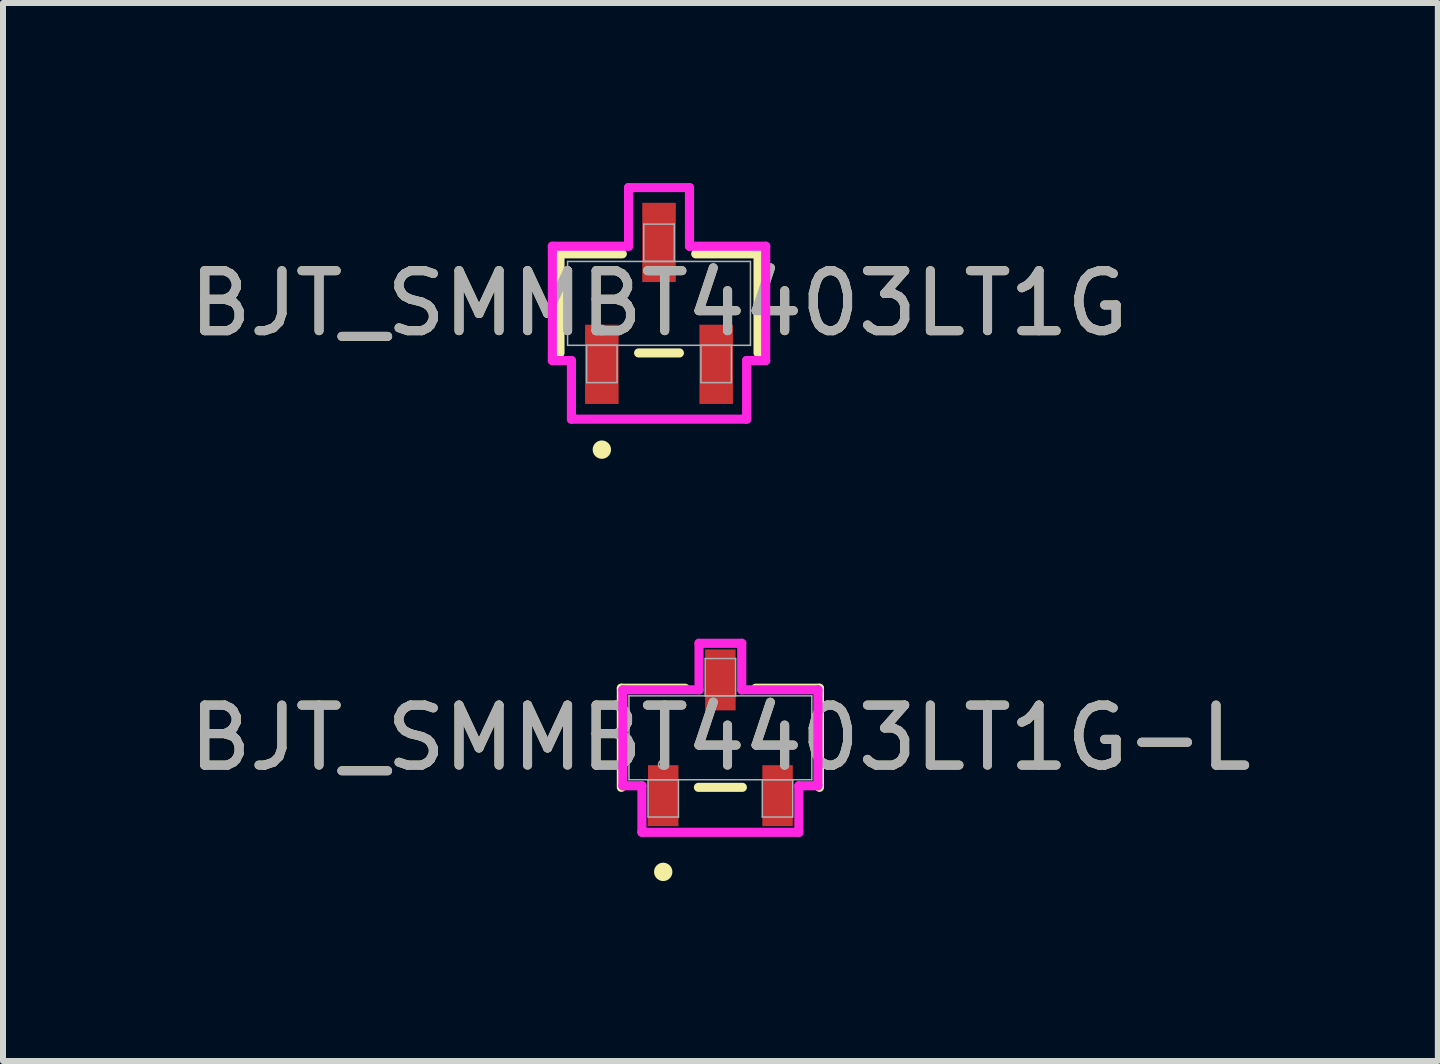
<source format=kicad_pcb>
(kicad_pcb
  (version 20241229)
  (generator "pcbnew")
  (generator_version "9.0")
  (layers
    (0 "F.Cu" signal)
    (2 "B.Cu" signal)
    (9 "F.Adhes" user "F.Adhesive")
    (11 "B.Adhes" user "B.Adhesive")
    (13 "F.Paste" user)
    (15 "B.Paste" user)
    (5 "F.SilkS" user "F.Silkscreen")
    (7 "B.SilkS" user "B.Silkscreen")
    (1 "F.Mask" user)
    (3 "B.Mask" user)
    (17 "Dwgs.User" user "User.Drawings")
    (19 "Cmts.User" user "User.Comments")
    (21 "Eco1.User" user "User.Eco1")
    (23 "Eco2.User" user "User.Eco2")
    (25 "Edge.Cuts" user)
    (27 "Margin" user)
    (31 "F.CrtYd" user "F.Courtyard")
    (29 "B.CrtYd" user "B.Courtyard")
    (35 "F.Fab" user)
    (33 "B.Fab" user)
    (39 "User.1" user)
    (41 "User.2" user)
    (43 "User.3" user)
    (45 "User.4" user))
  (footprint "BJT_SMMBT4403LT1G"
    (layer "F.Cu")
    (at 7.935 2.007)
    (property "Reference" "BJT_SMMBT4403LT1G" (at 0 0 0) (unlocked yes) (layer "F.SilkS") (effects (font (size 1 1) (thickness 0.15))))
    (attr smd)
    (fp_line (start -1.651 -0.826) (end -1.651 0.826) (stroke (width 0.152) (type solid)) (layer "F.SilkS"))
    (fp_line (start -0.612 -0.826) (end -1.651 -0.826) (stroke (width 0.152) (type solid)) (layer "F.SilkS"))
    (fp_line (start -0.34 0.826) (end 0.34 0.826) (stroke (width 0.152) (type solid)) (layer "F.SilkS"))
    (fp_line (start 1.651 -0.826) (end 0.612 -0.826) (stroke (width 0.152) (type solid)) (layer "F.SilkS"))
    (fp_line (start 1.651 0.826) (end 1.651 -0.826) (stroke (width 0.152) (type solid)) (layer "F.SilkS"))
    (fp_circle (center -0.953 2.438) (end -0.876 2.438) (stroke (width 0.152) (type solid)) (fill no) (layer "F.SilkS"))
    (fp_line (start -1.778 -0.953) (end -0.508 -0.953) (stroke (width 0.152) (type solid)) (layer "F.CrtYd"))
    (fp_line (start -1.778 0.953) (end -1.778 -0.953) (stroke (width 0.152) (type solid)) (layer "F.CrtYd"))
    (fp_line (start -1.778 0.953) (end -1.46 0.953) (stroke (width 0.152) (type solid)) (layer "F.CrtYd"))
    (fp_line (start -1.46 0.953) (end -1.46 1.93) (stroke (width 0.152) (type solid)) (layer "F.CrtYd"))
    (fp_line (start -1.46 1.93) (end 1.46 1.93) (stroke (width 0.152) (type solid)) (layer "F.CrtYd"))
    (fp_line (start -0.508 -1.93) (end 0.508 -1.93) (stroke (width 0.152) (type solid)) (layer "F.CrtYd"))
    (fp_line (start -0.508 -0.953) (end -0.508 -1.93) (stroke (width 0.152) (type solid)) (layer "F.CrtYd"))
    (fp_line (start 0.508 -0.953) (end 0.508 -1.93) (stroke (width 0.152) (type solid)) (layer "F.CrtYd"))
    (fp_line (start 1.46 0.953) (end 1.46 1.93) (stroke (width 0.152) (type solid)) (layer "F.CrtYd"))
    (fp_line (start 1.778 -0.953) (end 0.508 -0.953) (stroke (width 0.152) (type solid)) (layer "F.CrtYd"))
    (fp_line (start 1.778 -0.953) (end 1.778 0.953) (stroke (width 0.152) (type solid)) (layer "F.CrtYd"))
    (fp_line (start 1.778 0.953) (end 1.46 0.953) (stroke (width 0.152) (type solid)) (layer "F.CrtYd"))
    (fp_line (start -1.524 -0.699) (end -1.524 0.699) (stroke (width 0.025) (type solid)) (layer "F.Fab"))
    (fp_line (start -1.524 0.699) (end 1.524 0.699) (stroke (width 0.025) (type solid)) (layer "F.Fab"))
    (fp_line (start -1.206 0.699) (end -1.206 1.321) (stroke (width 0.025) (type solid)) (layer "F.Fab"))
    (fp_line (start -1.206 1.321) (end -0.699 1.321) (stroke (width 0.025) (type solid)) (layer "F.Fab"))
    (fp_line (start -0.699 0.699) (end -1.206 0.699) (stroke (width 0.025) (type solid)) (layer "F.Fab"))
    (fp_line (start -0.699 1.321) (end -0.699 0.699) (stroke (width 0.025) (type solid)) (layer "F.Fab"))
    (fp_line (start -0.254 -1.321) (end -0.254 -0.699) (stroke (width 0.025) (type solid)) (layer "F.Fab"))
    (fp_line (start -0.254 -0.699) (end 0.254 -0.699) (stroke (width 0.025) (type solid)) (layer "F.Fab"))
    (fp_line (start 0.254 -1.321) (end -0.254 -1.321) (stroke (width 0.025) (type solid)) (layer "F.Fab"))
    (fp_line (start 0.254 -0.699) (end 0.254 -1.321) (stroke (width 0.025) (type solid)) (layer "F.Fab"))
    (fp_line (start 0.699 0.699) (end 0.699 1.321) (stroke (width 0.025) (type solid)) (layer "F.Fab"))
    (fp_line (start 0.699 1.321) (end 1.206 1.321) (stroke (width 0.025) (type solid)) (layer "F.Fab"))
    (fp_line (start 1.206 0.699) (end 0.699 0.699) (stroke (width 0.025) (type solid)) (layer "F.Fab"))
    (fp_line (start 1.206 1.321) (end 1.206 0.699) (stroke (width 0.025) (type solid)) (layer "F.Fab"))
    (fp_line (start 1.524 -0.699) (end -1.524 -0.699) (stroke (width 0.025) (type solid)) (layer "F.Fab"))
    (fp_line (start 1.524 0.699) (end 1.524 -0.699) (stroke (width 0.025) (type solid)) (layer "F.Fab"))
    (fp_circle (center -0.953 0.445) (end -0.876 0.445) (stroke (width 0.025) (type solid)) (fill no) (layer "F.Fab"))
    (fp_text user "${REFERENCE}" (at 0 0 0) (unlocked yes) (layer "F.Fab") (effects (font (size 1 1) (thickness 0.15))))
    (pad "1" smd rect (at -0.953 1.016) (size 0.559 1.321) (layers "F.Cu" "F.Mask" "F.Paste"))
    (pad "2" smd rect (at 0.953 1.016) (size 0.559 1.321) (layers "F.Cu" "F.Mask" "F.Paste"))
    (pad "3" smd rect (at 0 -1.016) (size 0.559 1.321) (layers "F.Cu" "F.Mask" "F.Paste")))
  (footprint "BJT_SMMBT4403LT1G-L"
    (layer "F.Cu")
    (at 8.958 9.248)
    (property "Reference" "BJT_SMMBT4403LT1G-L" (at 0 0 0) (unlocked yes) (layer "F.SilkS") (effects (font (size 1 1) (thickness 0.15))))
    (attr smd)
    (fp_line (start -1.651 -0.826) (end -1.651 0.826) (stroke (width 0.152) (type solid)) (layer "F.SilkS"))
    (fp_line (start -0.587 -0.826) (end -1.651 -0.826) (stroke (width 0.152) (type solid)) (layer "F.SilkS"))
    (fp_line (start -0.366 0.826) (end 0.366 0.826) (stroke (width 0.152) (type solid)) (layer "F.SilkS"))
    (fp_line (start 1.651 -0.826) (end 0.587 -0.826) (stroke (width 0.152) (type solid)) (layer "F.SilkS"))
    (fp_line (start 1.651 0.826) (end 1.651 -0.826) (stroke (width 0.152) (type solid)) (layer "F.SilkS"))
    (fp_circle (center -0.953 2.235) (end -0.876 2.235) (stroke (width 0.152) (type solid)) (fill no) (layer "F.SilkS"))
    (fp_line (start -1.626 -0.8) (end -0.356 -0.8) (stroke (width 0.152) (type solid)) (layer "F.CrtYd"))
    (fp_line (start -1.626 0.8) (end -1.626 -0.8) (stroke (width 0.152) (type solid)) (layer "F.CrtYd"))
    (fp_line (start -1.626 0.8) (end -1.308 0.8) (stroke (width 0.152) (type solid)) (layer "F.CrtYd"))
    (fp_line (start -1.308 0.8) (end -1.308 1.575) (stroke (width 0.152) (type solid)) (layer "F.CrtYd"))
    (fp_line (start -1.308 1.575) (end 1.308 1.575) (stroke (width 0.152) (type solid)) (layer "F.CrtYd"))
    (fp_line (start -0.356 -1.575) (end 0.356 -1.575) (stroke (width 0.152) (type solid)) (layer "F.CrtYd"))
    (fp_line (start -0.356 -0.8) (end -0.356 -1.575) (stroke (width 0.152) (type solid)) (layer "F.CrtYd"))
    (fp_line (start 0.356 -0.8) (end 0.356 -1.575) (stroke (width 0.152) (type solid)) (layer "F.CrtYd"))
    (fp_line (start 1.308 0.8) (end 1.308 1.575) (stroke (width 0.152) (type solid)) (layer "F.CrtYd"))
    (fp_line (start 1.626 -0.8) (end 0.356 -0.8) (stroke (width 0.152) (type solid)) (layer "F.CrtYd"))
    (fp_line (start 1.626 -0.8) (end 1.626 0.8) (stroke (width 0.152) (type solid)) (layer "F.CrtYd"))
    (fp_line (start 1.626 0.8) (end 1.308 0.8) (stroke (width 0.152) (type solid)) (layer "F.CrtYd"))
    (fp_line (start -1.524 -0.699) (end -1.524 0.699) (stroke (width 0.025) (type solid)) (layer "F.Fab"))
    (fp_line (start -1.524 0.699) (end 1.524 0.699) (stroke (width 0.025) (type solid)) (layer "F.Fab"))
    (fp_line (start -1.206 0.699) (end -1.206 1.321) (stroke (width 0.025) (type solid)) (layer "F.Fab"))
    (fp_line (start -1.206 1.321) (end -0.699 1.321) (stroke (width 0.025) (type solid)) (layer "F.Fab"))
    (fp_line (start -0.699 0.699) (end -1.206 0.699) (stroke (width 0.025) (type solid)) (layer "F.Fab"))
    (fp_line (start -0.699 1.321) (end -0.699 0.699) (stroke (width 0.025) (type solid)) (layer "F.Fab"))
    (fp_line (start -0.254 -1.321) (end -0.254 -0.699) (stroke (width 0.025) (type solid)) (layer "F.Fab"))
    (fp_line (start -0.254 -0.699) (end 0.254 -0.699) (stroke (width 0.025) (type solid)) (layer "F.Fab"))
    (fp_line (start 0.254 -1.321) (end -0.254 -1.321) (stroke (width 0.025) (type solid)) (layer "F.Fab"))
    (fp_line (start 0.254 -0.699) (end 0.254 -1.321) (stroke (width 0.025) (type solid)) (layer "F.Fab"))
    (fp_line (start 0.699 0.699) (end 0.699 1.321) (stroke (width 0.025) (type solid)) (layer "F.Fab"))
    (fp_line (start 0.699 1.321) (end 1.206 1.321) (stroke (width 0.025) (type solid)) (layer "F.Fab"))
    (fp_line (start 1.206 0.699) (end 0.699 0.699) (stroke (width 0.025) (type solid)) (layer "F.Fab"))
    (fp_line (start 1.206 1.321) (end 1.206 0.699) (stroke (width 0.025) (type solid)) (layer "F.Fab"))
    (fp_line (start 1.524 -0.699) (end -1.524 -0.699) (stroke (width 0.025) (type solid)) (layer "F.Fab"))
    (fp_line (start 1.524 0.699) (end 1.524 -0.699) (stroke (width 0.025) (type solid)) (layer "F.Fab"))
    (fp_circle (center -0.953 0.445) (end -0.876 0.445) (stroke (width 0.025) (type solid)) (fill no) (layer "F.Fab"))
    (fp_text user "${REFERENCE}" (at 0 0 0) (unlocked yes) (layer "F.Fab") (effects (font (size 1 1) (thickness 0.15))))
    (pad "1" smd rect (at -0.953 0.965) (size 0.508 1.016) (layers "F.Cu" "F.Mask" "F.Paste"))
    (pad "2" smd rect (at 0.953 0.965) (size 0.508 1.016) (layers "F.Cu" "F.Mask" "F.Paste"))
    (pad "3" smd rect (at 0 -0.965) (size 0.508 1.016) (layers "F.Cu" "F.Mask" "F.Paste")))
  (gr_rect
    (start -3 -3)
    (end 20.917 14.636)
    (stroke (width 0.1) (type default))
    (fill no)
    (layer "Edge.Cuts")))
</source>
